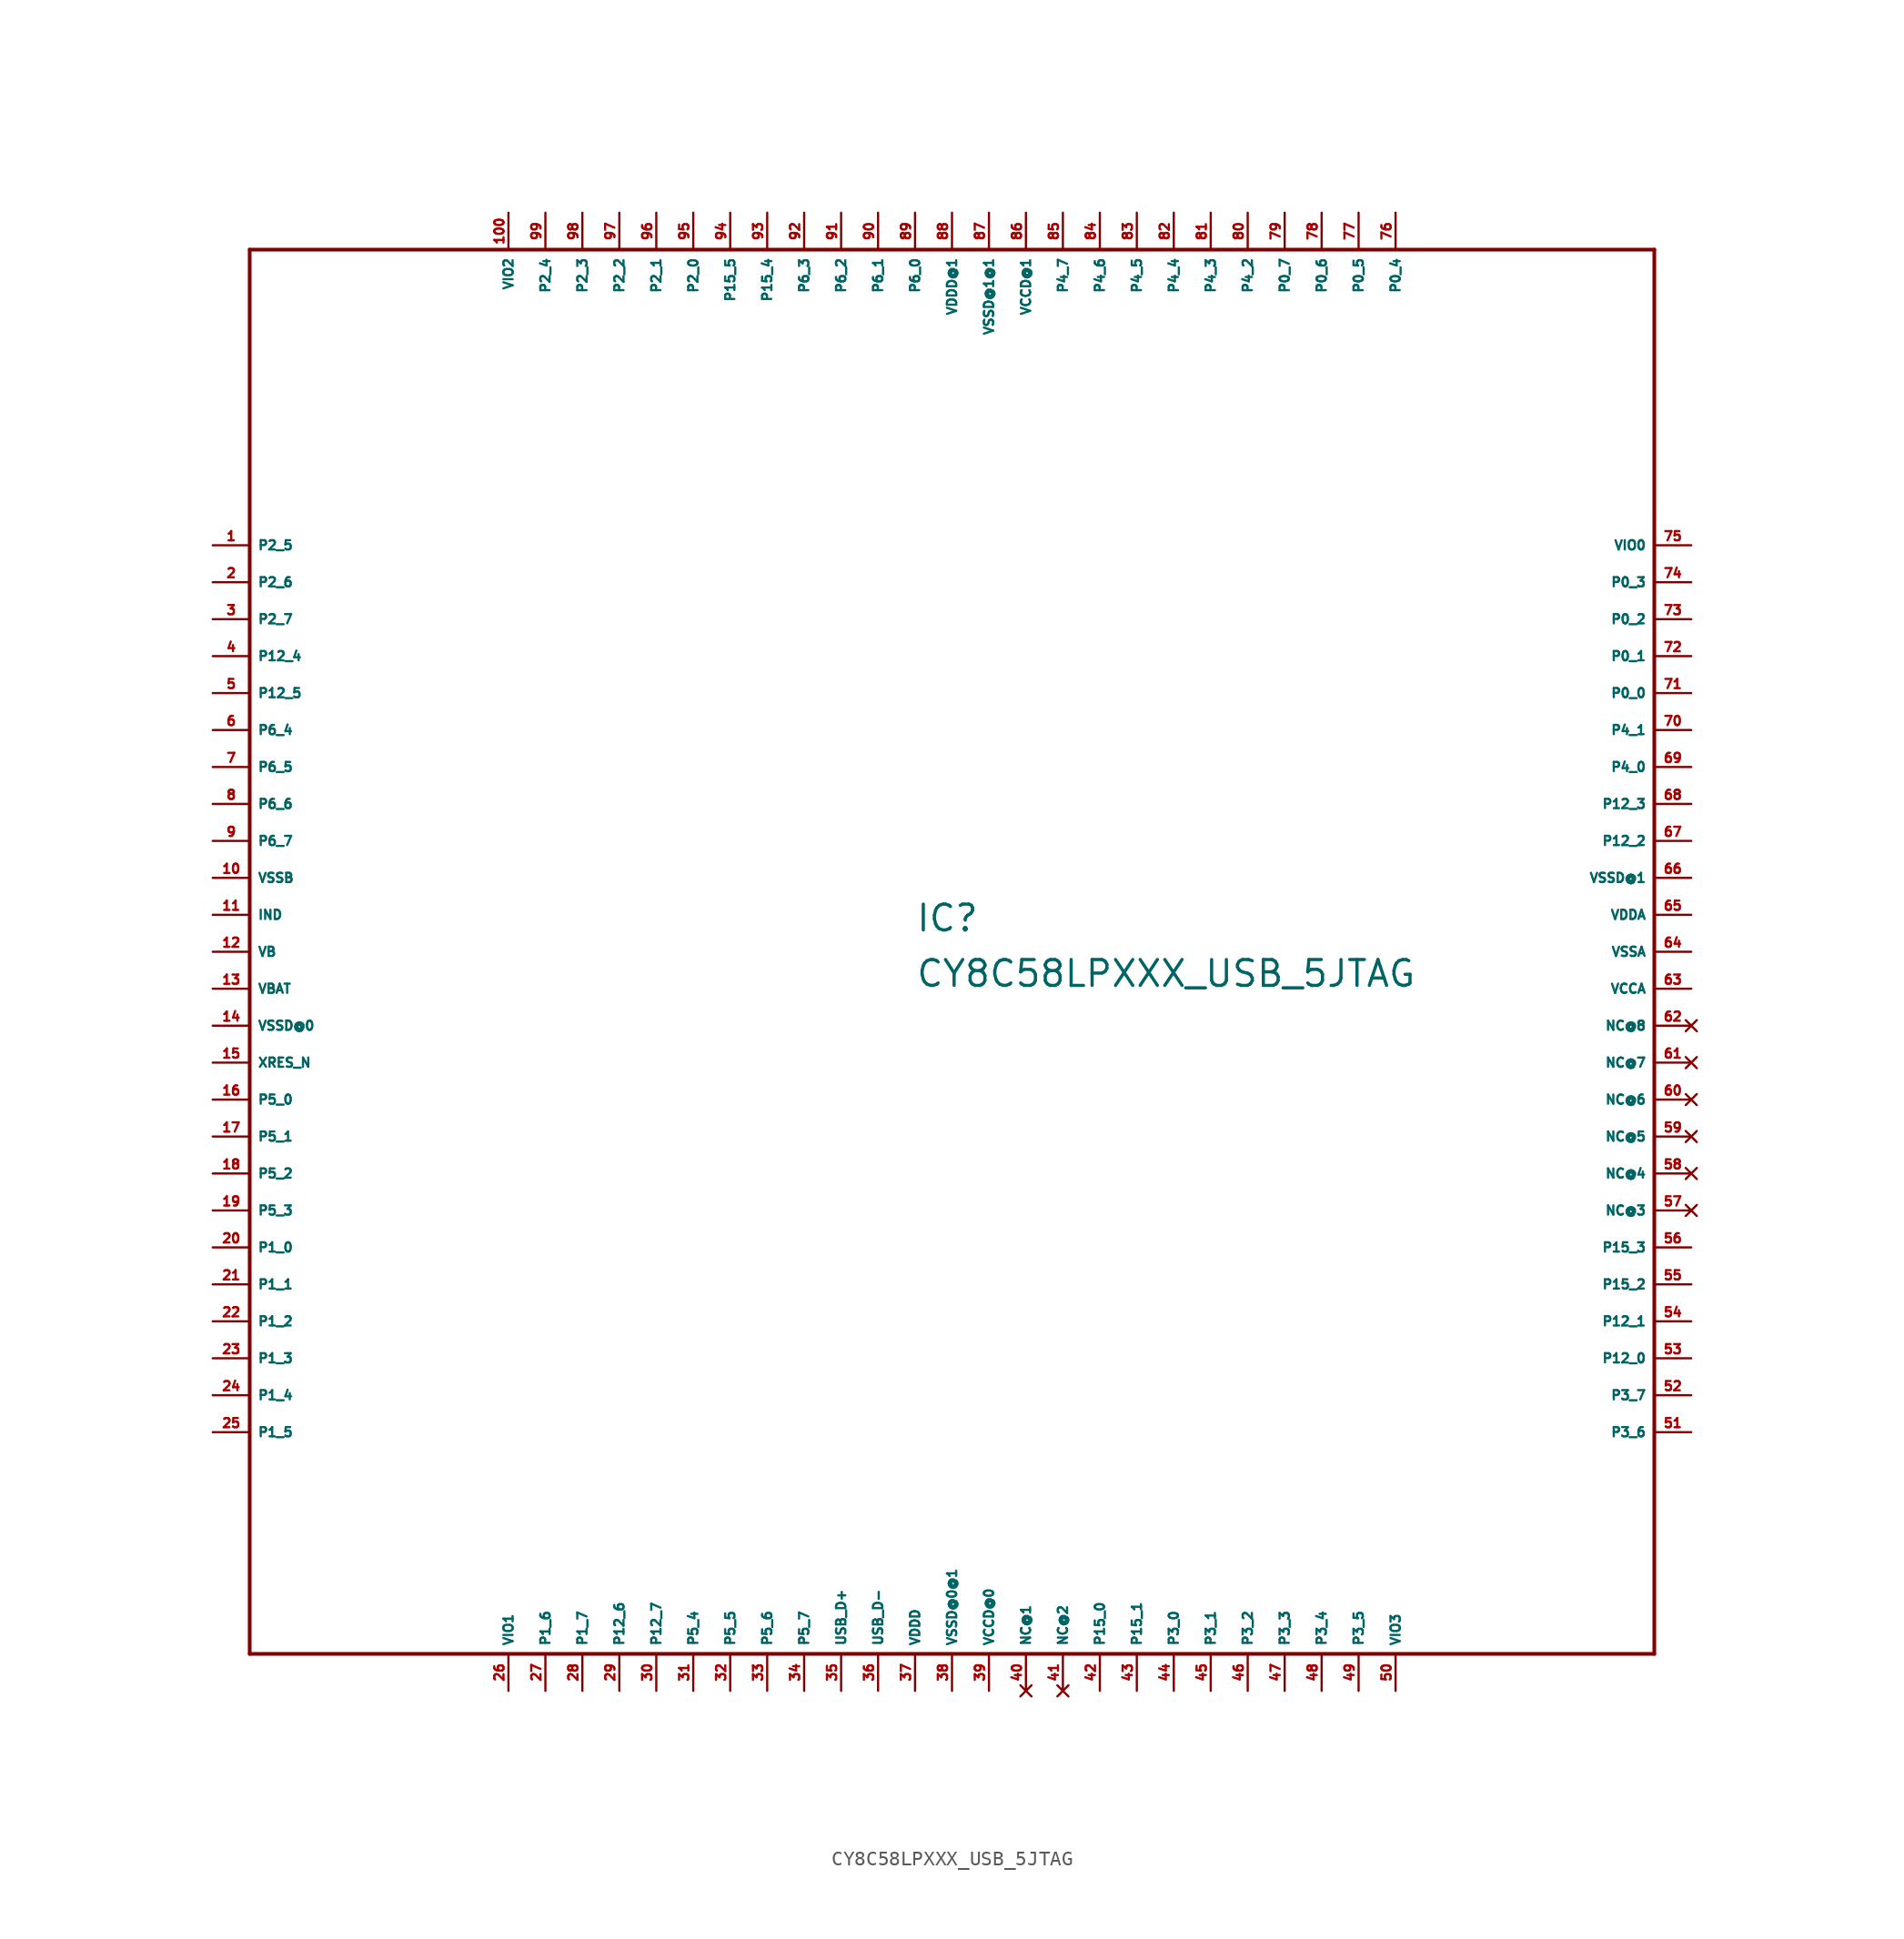
<source format=kicad_sym>
(kicad_symbol_lib
  (version 20220914)
  (generator Eagle2Kicad)
  (symbol "CY8C58LPXXX_USB_5JTAG"
    (property "Reference" "IC"
      (at -2.54 1.27 0)
      (effects (font (size 1.778 1.778) (thickness 0.22)) (justify left bottom)))
    (property "Value" "CY8C58LPXXX_USB_5JTAG"
      (at -2.54 -2.54 0)
      (effects (font (size 1.778 1.778) (thickness 0.22)) (justify left bottom)))
    (polyline
      (pts (xy -48.26 -48.26) (xy 48.26 -48.26))
      (stroke (width 0.254) (type default))
      (fill (type none)))
    (polyline
      (pts (xy 48.26 -48.26) (xy 48.26 48.26))
      (stroke (width 0.254) (type default))
      (fill (type none)))
    (polyline
      (pts (xy 48.26 48.26) (xy -48.26 48.26))
      (stroke (width 0.254) (type default))
      (fill (type none)))
    (polyline
      (pts (xy -48.26 48.26) (xy -48.26 -48.26))
      (stroke (width 0.254) (type default))
      (fill (type none)))
    (pin bidirectional line
      (at -50.8 27.94 0)
      (length 2.54)
      (name "P2_5" (effects (font (size 0.635 0.635) (thickness 0.08)) (justify left bottom)))
      (number "1" (effects (font (size 0.635 0.635) (thickness 0.08)) (justify left bottom))))
    (pin bidirectional line
      (at -50.8 25.4 0)
      (length 2.54)
      (name "P2_6" (effects (font (size 0.635 0.635) (thickness 0.08)) (justify left bottom)))
      (number "2" (effects (font (size 0.635 0.635) (thickness 0.08)) (justify left bottom))))
    (pin bidirectional line
      (at -50.8 22.86 0)
      (length 2.54)
      (name "P2_7" (effects (font (size 0.635 0.635) (thickness 0.08)) (justify left bottom)))
      (number "3" (effects (font (size 0.635 0.635) (thickness 0.08)) (justify left bottom))))
    (pin bidirectional line
      (at -50.8 20.32 0)
      (length 2.54)
      (name "P12_4" (effects (font (size 0.635 0.635) (thickness 0.08)) (justify left bottom)))
      (number "4" (effects (font (size 0.635 0.635) (thickness 0.08)) (justify left bottom))))
    (pin bidirectional line
      (at -50.8 17.78 0)
      (length 2.54)
      (name "P12_5" (effects (font (size 0.635 0.635) (thickness 0.08)) (justify left bottom)))
      (number "5" (effects (font (size 0.635 0.635) (thickness 0.08)) (justify left bottom))))
    (pin bidirectional line
      (at -50.8 15.24 0)
      (length 2.54)
      (name "P6_4" (effects (font (size 0.635 0.635) (thickness 0.08)) (justify left bottom)))
      (number "6" (effects (font (size 0.635 0.635) (thickness 0.08)) (justify left bottom))))
    (pin bidirectional line
      (at -50.8 12.7 0)
      (length 2.54)
      (name "P6_5" (effects (font (size 0.635 0.635) (thickness 0.08)) (justify left bottom)))
      (number "7" (effects (font (size 0.635 0.635) (thickness 0.08)) (justify left bottom))))
    (pin bidirectional line
      (at -50.8 10.16 0)
      (length 2.54)
      (name "P6_6" (effects (font (size 0.635 0.635) (thickness 0.08)) (justify left bottom)))
      (number "8" (effects (font (size 0.635 0.635) (thickness 0.08)) (justify left bottom))))
    (pin bidirectional line
      (at -50.8 7.62 0)
      (length 2.54)
      (name "P6_7" (effects (font (size 0.635 0.635) (thickness 0.08)) (justify left bottom)))
      (number "9" (effects (font (size 0.635 0.635) (thickness 0.08)) (justify left bottom))))
    (pin unspecified line
      (at -50.8 5.08 0)
      (length 2.54)
      (name "VSSB" (effects (font (size 0.635 0.635) (thickness 0.08)) (justify left bottom)))
      (number "10" (effects (font (size 0.635 0.635) (thickness 0.08)) (justify left bottom))))
    (pin passive line
      (at -50.8 2.54 0)
      (length 2.54)
      (name "IND" (effects (font (size 0.635 0.635) (thickness 0.08)) (justify left bottom)))
      (number "11" (effects (font (size 0.635 0.635) (thickness 0.08)) (justify left bottom))))
    (pin passive line
      (at -50.8 0 0)
      (length 2.54)
      (name "VB" (effects (font (size 0.635 0.635) (thickness 0.08)) (justify left bottom)))
      (number "12" (effects (font (size 0.635 0.635) (thickness 0.08)) (justify left bottom))))
    (pin passive line
      (at -50.8 -2.54 0)
      (length 2.54)
      (name "VBAT" (effects (font (size 0.635 0.635) (thickness 0.08)) (justify left bottom)))
      (number "13" (effects (font (size 0.635 0.635) (thickness 0.08)) (justify left bottom))))
    (pin unspecified line
      (at -50.8 -5.08 0)
      (length 2.54)
      (name "VSSD@0" (effects (font (size 0.635 0.635) (thickness 0.08)) (justify left bottom)))
      (number "14" (effects (font (size 0.635 0.635) (thickness 0.08)) (justify left bottom))))
    (pin input line
      (at -50.8 -7.62 0)
      (length 2.54)
      (name "XRES_N" (effects (font (size 0.635 0.635) (thickness 0.08)) (justify left bottom)))
      (number "15" (effects (font (size 0.635 0.635) (thickness 0.08)) (justify left bottom))))
    (pin bidirectional line
      (at -50.8 -10.16 0)
      (length 2.54)
      (name "P5_0" (effects (font (size 0.635 0.635) (thickness 0.08)) (justify left bottom)))
      (number "16" (effects (font (size 0.635 0.635) (thickness 0.08)) (justify left bottom))))
    (pin bidirectional line
      (at -50.8 -12.7 0)
      (length 2.54)
      (name "P5_1" (effects (font (size 0.635 0.635) (thickness 0.08)) (justify left bottom)))
      (number "17" (effects (font (size 0.635 0.635) (thickness 0.08)) (justify left bottom))))
    (pin bidirectional line
      (at -50.8 -15.24 0)
      (length 2.54)
      (name "P5_2" (effects (font (size 0.635 0.635) (thickness 0.08)) (justify left bottom)))
      (number "18" (effects (font (size 0.635 0.635) (thickness 0.08)) (justify left bottom))))
    (pin bidirectional line
      (at -50.8 -17.78 0)
      (length 2.54)
      (name "P5_3" (effects (font (size 0.635 0.635) (thickness 0.08)) (justify left bottom)))
      (number "19" (effects (font (size 0.635 0.635) (thickness 0.08)) (justify left bottom))))
    (pin input line
      (at -50.8 -20.32 0)
      (length 2.54)
      (name "P1_0" (effects (font (size 0.635 0.635) (thickness 0.08)) (justify left bottom)))
      (number "20" (effects (font (size 0.635 0.635) (thickness 0.08)) (justify left bottom))))
    (pin input line
      (at -50.8 -22.86 0)
      (length 2.54)
      (name "P1_1" (effects (font (size 0.635 0.635) (thickness 0.08)) (justify left bottom)))
      (number "21" (effects (font (size 0.635 0.635) (thickness 0.08)) (justify left bottom))))
    (pin bidirectional line
      (at -50.8 -25.4 0)
      (length 2.54)
      (name "P1_2" (effects (font (size 0.635 0.635) (thickness 0.08)) (justify left bottom)))
      (number "22" (effects (font (size 0.635 0.635) (thickness 0.08)) (justify left bottom))))
    (pin output line
      (at -50.8 -27.94 0)
      (length 2.54)
      (name "P1_3" (effects (font (size 0.635 0.635) (thickness 0.08)) (justify left bottom)))
      (number "23" (effects (font (size 0.635 0.635) (thickness 0.08)) (justify left bottom))))
    (pin input line
      (at -50.8 -30.48 0)
      (length 2.54)
      (name "P1_4" (effects (font (size 0.635 0.635) (thickness 0.08)) (justify left bottom)))
      (number "24" (effects (font (size 0.635 0.635) (thickness 0.08)) (justify left bottom))))
    (pin input line
      (at -50.8 -33.02 0)
      (length 2.54)
      (name "P1_5" (effects (font (size 0.635 0.635) (thickness 0.08)) (justify left bottom)))
      (number "25" (effects (font (size 0.635 0.635) (thickness 0.08)) (justify left bottom))))
    (pin passive line
      (at -30.48 -50.8 90)
      (length 2.54)
      (name "VIO1" (effects (font (size 0.635 0.635) (thickness 0.08)) (justify left bottom)))
      (number "26" (effects (font (size 0.635 0.635) (thickness 0.08)) (justify left bottom))))
    (pin bidirectional line
      (at -27.94 -50.8 90)
      (length 2.54)
      (name "P1_6" (effects (font (size 0.635 0.635) (thickness 0.08)) (justify left bottom)))
      (number "27" (effects (font (size 0.635 0.635) (thickness 0.08)) (justify left bottom))))
    (pin bidirectional line
      (at -25.4 -50.8 90)
      (length 2.54)
      (name "P1_7" (effects (font (size 0.635 0.635) (thickness 0.08)) (justify left bottom)))
      (number "28" (effects (font (size 0.635 0.635) (thickness 0.08)) (justify left bottom))))
    (pin bidirectional line
      (at -22.86 -50.8 90)
      (length 2.54)
      (name "P12_6" (effects (font (size 0.635 0.635) (thickness 0.08)) (justify left bottom)))
      (number "29" (effects (font (size 0.635 0.635) (thickness 0.08)) (justify left bottom))))
    (pin bidirectional line
      (at -20.32 -50.8 90)
      (length 2.54)
      (name "P12_7" (effects (font (size 0.635 0.635) (thickness 0.08)) (justify left bottom)))
      (number "30" (effects (font (size 0.635 0.635) (thickness 0.08)) (justify left bottom))))
    (pin bidirectional line
      (at -17.78 -50.8 90)
      (length 2.54)
      (name "P5_4" (effects (font (size 0.635 0.635) (thickness 0.08)) (justify left bottom)))
      (number "31" (effects (font (size 0.635 0.635) (thickness 0.08)) (justify left bottom))))
    (pin bidirectional line
      (at -15.24 -50.8 90)
      (length 2.54)
      (name "P5_5" (effects (font (size 0.635 0.635) (thickness 0.08)) (justify left bottom)))
      (number "32" (effects (font (size 0.635 0.635) (thickness 0.08)) (justify left bottom))))
    (pin bidirectional line
      (at -12.7 -50.8 90)
      (length 2.54)
      (name "P5_6" (effects (font (size 0.635 0.635) (thickness 0.08)) (justify left bottom)))
      (number "33" (effects (font (size 0.635 0.635) (thickness 0.08)) (justify left bottom))))
    (pin bidirectional line
      (at -10.16 -50.8 90)
      (length 2.54)
      (name "P5_7" (effects (font (size 0.635 0.635) (thickness 0.08)) (justify left bottom)))
      (number "34" (effects (font (size 0.635 0.635) (thickness 0.08)) (justify left bottom))))
    (pin unspecified line
      (at -2.54 -50.8 90)
      (length 2.54)
      (name "VDDD" (effects (font (size 0.635 0.635) (thickness 0.08)) (justify left bottom)))
      (number "37" (effects (font (size 0.635 0.635) (thickness 0.08)) (justify left bottom))))
    (pin unspecified line
      (at 0 -50.8 90)
      (length 2.54)
      (name "VSSD@0@1" (effects (font (size 0.635 0.635) (thickness 0.08)) (justify left bottom)))
      (number "38" (effects (font (size 0.635 0.635) (thickness 0.08)) (justify left bottom))))
    (pin unspecified line
      (at 2.54 -50.8 90)
      (length 2.54)
      (name "VCCD@0" (effects (font (size 0.635 0.635) (thickness 0.08)) (justify left bottom)))
      (number "39" (effects (font (size 0.635 0.635) (thickness 0.08)) (justify left bottom))))
    (pin bidirectional line
      (at 10.16 -50.8 90)
      (length 2.54)
      (name "P15_0" (effects (font (size 0.635 0.635) (thickness 0.08)) (justify left bottom)))
      (number "42" (effects (font (size 0.635 0.635) (thickness 0.08)) (justify left bottom))))
    (pin bidirectional line
      (at 12.7 -50.8 90)
      (length 2.54)
      (name "P15_1" (effects (font (size 0.635 0.635) (thickness 0.08)) (justify left bottom)))
      (number "43" (effects (font (size 0.635 0.635) (thickness 0.08)) (justify left bottom))))
    (pin bidirectional line
      (at 15.24 -50.8 90)
      (length 2.54)
      (name "P3_0" (effects (font (size 0.635 0.635) (thickness 0.08)) (justify left bottom)))
      (number "44" (effects (font (size 0.635 0.635) (thickness 0.08)) (justify left bottom))))
    (pin bidirectional line
      (at 17.78 -50.8 90)
      (length 2.54)
      (name "P3_1" (effects (font (size 0.635 0.635) (thickness 0.08)) (justify left bottom)))
      (number "45" (effects (font (size 0.635 0.635) (thickness 0.08)) (justify left bottom))))
    (pin bidirectional line
      (at 20.32 -50.8 90)
      (length 2.54)
      (name "P3_2" (effects (font (size 0.635 0.635) (thickness 0.08)) (justify left bottom)))
      (number "46" (effects (font (size 0.635 0.635) (thickness 0.08)) (justify left bottom))))
    (pin bidirectional line
      (at 22.86 -50.8 90)
      (length 2.54)
      (name "P3_3" (effects (font (size 0.635 0.635) (thickness 0.08)) (justify left bottom)))
      (number "47" (effects (font (size 0.635 0.635) (thickness 0.08)) (justify left bottom))))
    (pin bidirectional line
      (at 25.4 -50.8 90)
      (length 2.54)
      (name "P3_4" (effects (font (size 0.635 0.635) (thickness 0.08)) (justify left bottom)))
      (number "48" (effects (font (size 0.635 0.635) (thickness 0.08)) (justify left bottom))))
    (pin bidirectional line
      (at 27.94 -50.8 90)
      (length 2.54)
      (name "P3_5" (effects (font (size 0.635 0.635) (thickness 0.08)) (justify left bottom)))
      (number "49" (effects (font (size 0.635 0.635) (thickness 0.08)) (justify left bottom))))
    (pin passive line
      (at 30.48 -50.8 90)
      (length 2.54)
      (name "VIO3" (effects (font (size 0.635 0.635) (thickness 0.08)) (justify left bottom)))
      (number "50" (effects (font (size 0.635 0.635) (thickness 0.08)) (justify left bottom))))
    (pin bidirectional line
      (at 50.8 -33.02 180)
      (length 2.54)
      (name "P3_6" (effects (font (size 0.635 0.635) (thickness 0.08)) (justify left bottom)))
      (number "51" (effects (font (size 0.635 0.635) (thickness 0.08)) (justify left bottom))))
    (pin bidirectional line
      (at 50.8 -30.48 180)
      (length 2.54)
      (name "P3_7" (effects (font (size 0.635 0.635) (thickness 0.08)) (justify left bottom)))
      (number "52" (effects (font (size 0.635 0.635) (thickness 0.08)) (justify left bottom))))
    (pin bidirectional line
      (at 50.8 -27.94 180)
      (length 2.54)
      (name "P12_0" (effects (font (size 0.635 0.635) (thickness 0.08)) (justify left bottom)))
      (number "53" (effects (font (size 0.635 0.635) (thickness 0.08)) (justify left bottom))))
    (pin bidirectional line
      (at 50.8 -25.4 180)
      (length 2.54)
      (name "P12_1" (effects (font (size 0.635 0.635) (thickness 0.08)) (justify left bottom)))
      (number "54" (effects (font (size 0.635 0.635) (thickness 0.08)) (justify left bottom))))
    (pin bidirectional line
      (at 50.8 -22.86 180)
      (length 2.54)
      (name "P15_2" (effects (font (size 0.635 0.635) (thickness 0.08)) (justify left bottom)))
      (number "55" (effects (font (size 0.635 0.635) (thickness 0.08)) (justify left bottom))))
    (pin bidirectional line
      (at 50.8 -20.32 180)
      (length 2.54)
      (name "P15_3" (effects (font (size 0.635 0.635) (thickness 0.08)) (justify left bottom)))
      (number "56" (effects (font (size 0.635 0.635) (thickness 0.08)) (justify left bottom))))
    (pin unspecified line
      (at 50.8 -2.54 180)
      (length 2.54)
      (name "VCCA" (effects (font (size 0.635 0.635) (thickness 0.08)) (justify left bottom)))
      (number "63" (effects (font (size 0.635 0.635) (thickness 0.08)) (justify left bottom))))
    (pin unspecified line
      (at 50.8 0 180)
      (length 2.54)
      (name "VSSA" (effects (font (size 0.635 0.635) (thickness 0.08)) (justify left bottom)))
      (number "64" (effects (font (size 0.635 0.635) (thickness 0.08)) (justify left bottom))))
    (pin unspecified line
      (at 50.8 2.54 180)
      (length 2.54)
      (name "VDDA" (effects (font (size 0.635 0.635) (thickness 0.08)) (justify left bottom)))
      (number "65" (effects (font (size 0.635 0.635) (thickness 0.08)) (justify left bottom))))
    (pin unspecified line
      (at 50.8 5.08 180)
      (length 2.54)
      (name "VSSD@1" (effects (font (size 0.635 0.635) (thickness 0.08)) (justify left bottom)))
      (number "66" (effects (font (size 0.635 0.635) (thickness 0.08)) (justify left bottom))))
    (pin bidirectional line
      (at 50.8 7.62 180)
      (length 2.54)
      (name "P12_2" (effects (font (size 0.635 0.635) (thickness 0.08)) (justify left bottom)))
      (number "67" (effects (font (size 0.635 0.635) (thickness 0.08)) (justify left bottom))))
    (pin bidirectional line
      (at 50.8 10.16 180)
      (length 2.54)
      (name "P12_3" (effects (font (size 0.635 0.635) (thickness 0.08)) (justify left bottom)))
      (number "68" (effects (font (size 0.635 0.635) (thickness 0.08)) (justify left bottom))))
    (pin bidirectional line
      (at 50.8 12.7 180)
      (length 2.54)
      (name "P4_0" (effects (font (size 0.635 0.635) (thickness 0.08)) (justify left bottom)))
      (number "69" (effects (font (size 0.635 0.635) (thickness 0.08)) (justify left bottom))))
    (pin bidirectional line
      (at 50.8 15.24 180)
      (length 2.54)
      (name "P4_1" (effects (font (size 0.635 0.635) (thickness 0.08)) (justify left bottom)))
      (number "70" (effects (font (size 0.635 0.635) (thickness 0.08)) (justify left bottom))))
    (pin bidirectional line
      (at 50.8 17.78 180)
      (length 2.54)
      (name "P0_0" (effects (font (size 0.635 0.635) (thickness 0.08)) (justify left bottom)))
      (number "71" (effects (font (size 0.635 0.635) (thickness 0.08)) (justify left bottom))))
    (pin bidirectional line
      (at 50.8 20.32 180)
      (length 2.54)
      (name "P0_1" (effects (font (size 0.635 0.635) (thickness 0.08)) (justify left bottom)))
      (number "72" (effects (font (size 0.635 0.635) (thickness 0.08)) (justify left bottom))))
    (pin bidirectional line
      (at 50.8 22.86 180)
      (length 2.54)
      (name "P0_2" (effects (font (size 0.635 0.635) (thickness 0.08)) (justify left bottom)))
      (number "73" (effects (font (size 0.635 0.635) (thickness 0.08)) (justify left bottom))))
    (pin bidirectional line
      (at 50.8 25.4 180)
      (length 2.54)
      (name "P0_3" (effects (font (size 0.635 0.635) (thickness 0.08)) (justify left bottom)))
      (number "74" (effects (font (size 0.635 0.635) (thickness 0.08)) (justify left bottom))))
    (pin passive line
      (at 50.8 27.94 180)
      (length 2.54)
      (name "VIO0" (effects (font (size 0.635 0.635) (thickness 0.08)) (justify left bottom)))
      (number "75" (effects (font (size 0.635 0.635) (thickness 0.08)) (justify left bottom))))
    (pin bidirectional line
      (at 30.48 50.8 270)
      (length 2.54)
      (name "P0_4" (effects (font (size 0.635 0.635) (thickness 0.08)) (justify left bottom)))
      (number "76" (effects (font (size 0.635 0.635) (thickness 0.08)) (justify left bottom))))
    (pin bidirectional line
      (at 27.94 50.8 270)
      (length 2.54)
      (name "P0_5" (effects (font (size 0.635 0.635) (thickness 0.08)) (justify left bottom)))
      (number "77" (effects (font (size 0.635 0.635) (thickness 0.08)) (justify left bottom))))
    (pin bidirectional line
      (at 25.4 50.8 270)
      (length 2.54)
      (name "P0_6" (effects (font (size 0.635 0.635) (thickness 0.08)) (justify left bottom)))
      (number "78" (effects (font (size 0.635 0.635) (thickness 0.08)) (justify left bottom))))
    (pin bidirectional line
      (at 22.86 50.8 270)
      (length 2.54)
      (name "P0_7" (effects (font (size 0.635 0.635) (thickness 0.08)) (justify left bottom)))
      (number "79" (effects (font (size 0.635 0.635) (thickness 0.08)) (justify left bottom))))
    (pin bidirectional line
      (at 20.32 50.8 270)
      (length 2.54)
      (name "P4_2" (effects (font (size 0.635 0.635) (thickness 0.08)) (justify left bottom)))
      (number "80" (effects (font (size 0.635 0.635) (thickness 0.08)) (justify left bottom))))
    (pin bidirectional line
      (at 17.78 50.8 270)
      (length 2.54)
      (name "P4_3" (effects (font (size 0.635 0.635) (thickness 0.08)) (justify left bottom)))
      (number "81" (effects (font (size 0.635 0.635) (thickness 0.08)) (justify left bottom))))
    (pin bidirectional line
      (at 15.24 50.8 270)
      (length 2.54)
      (name "P4_4" (effects (font (size 0.635 0.635) (thickness 0.08)) (justify left bottom)))
      (number "82" (effects (font (size 0.635 0.635) (thickness 0.08)) (justify left bottom))))
    (pin bidirectional line
      (at 12.7 50.8 270)
      (length 2.54)
      (name "P4_5" (effects (font (size 0.635 0.635) (thickness 0.08)) (justify left bottom)))
      (number "83" (effects (font (size 0.635 0.635) (thickness 0.08)) (justify left bottom))))
    (pin bidirectional line
      (at 10.16 50.8 270)
      (length 2.54)
      (name "P4_6" (effects (font (size 0.635 0.635) (thickness 0.08)) (justify left bottom)))
      (number "84" (effects (font (size 0.635 0.635) (thickness 0.08)) (justify left bottom))))
    (pin bidirectional line
      (at 7.62 50.8 270)
      (length 2.54)
      (name "P4_7" (effects (font (size 0.635 0.635) (thickness 0.08)) (justify left bottom)))
      (number "85" (effects (font (size 0.635 0.635) (thickness 0.08)) (justify left bottom))))
    (pin unspecified line
      (at 5.08 50.8 270)
      (length 2.54)
      (name "VCCD@1" (effects (font (size 0.635 0.635) (thickness 0.08)) (justify left bottom)))
      (number "86" (effects (font (size 0.635 0.635) (thickness 0.08)) (justify left bottom))))
    (pin unspecified line
      (at 2.54 50.8 270)
      (length 2.54)
      (name "VSSD@1@1" (effects (font (size 0.635 0.635) (thickness 0.08)) (justify left bottom)))
      (number "87" (effects (font (size 0.635 0.635) (thickness 0.08)) (justify left bottom))))
    (pin unspecified line
      (at 0 50.8 270)
      (length 2.54)
      (name "VDDD@1" (effects (font (size 0.635 0.635) (thickness 0.08)) (justify left bottom)))
      (number "88" (effects (font (size 0.635 0.635) (thickness 0.08)) (justify left bottom))))
    (pin bidirectional line
      (at -2.54 50.8 270)
      (length 2.54)
      (name "P6_0" (effects (font (size 0.635 0.635) (thickness 0.08)) (justify left bottom)))
      (number "89" (effects (font (size 0.635 0.635) (thickness 0.08)) (justify left bottom))))
    (pin bidirectional line
      (at -5.08 50.8 270)
      (length 2.54)
      (name "P6_1" (effects (font (size 0.635 0.635) (thickness 0.08)) (justify left bottom)))
      (number "90" (effects (font (size 0.635 0.635) (thickness 0.08)) (justify left bottom))))
    (pin bidirectional line
      (at -7.62 50.8 270)
      (length 2.54)
      (name "P6_2" (effects (font (size 0.635 0.635) (thickness 0.08)) (justify left bottom)))
      (number "91" (effects (font (size 0.635 0.635) (thickness 0.08)) (justify left bottom))))
    (pin bidirectional line
      (at -10.16 50.8 270)
      (length 2.54)
      (name "P6_3" (effects (font (size 0.635 0.635) (thickness 0.08)) (justify left bottom)))
      (number "92" (effects (font (size 0.635 0.635) (thickness 0.08)) (justify left bottom))))
    (pin bidirectional line
      (at -12.7 50.8 270)
      (length 2.54)
      (name "P15_4" (effects (font (size 0.635 0.635) (thickness 0.08)) (justify left bottom)))
      (number "93" (effects (font (size 0.635 0.635) (thickness 0.08)) (justify left bottom))))
    (pin bidirectional line
      (at -15.24 50.8 270)
      (length 2.54)
      (name "P15_5" (effects (font (size 0.635 0.635) (thickness 0.08)) (justify left bottom)))
      (number "94" (effects (font (size 0.635 0.635) (thickness 0.08)) (justify left bottom))))
    (pin bidirectional line
      (at -17.78 50.8 270)
      (length 2.54)
      (name "P2_0" (effects (font (size 0.635 0.635) (thickness 0.08)) (justify left bottom)))
      (number "95" (effects (font (size 0.635 0.635) (thickness 0.08)) (justify left bottom))))
    (pin bidirectional line
      (at -20.32 50.8 270)
      (length 2.54)
      (name "P2_1" (effects (font (size 0.635 0.635) (thickness 0.08)) (justify left bottom)))
      (number "96" (effects (font (size 0.635 0.635) (thickness 0.08)) (justify left bottom))))
    (pin bidirectional line
      (at -22.86 50.8 270)
      (length 2.54)
      (name "P2_2" (effects (font (size 0.635 0.635) (thickness 0.08)) (justify left bottom)))
      (number "97" (effects (font (size 0.635 0.635) (thickness 0.08)) (justify left bottom))))
    (pin bidirectional line
      (at -25.4 50.8 270)
      (length 2.54)
      (name "P2_3" (effects (font (size 0.635 0.635) (thickness 0.08)) (justify left bottom)))
      (number "98" (effects (font (size 0.635 0.635) (thickness 0.08)) (justify left bottom))))
    (pin bidirectional line
      (at -27.94 50.8 270)
      (length 2.54)
      (name "P2_4" (effects (font (size 0.635 0.635) (thickness 0.08)) (justify left bottom)))
      (number "99" (effects (font (size 0.635 0.635) (thickness 0.08)) (justify left bottom))))
    (pin passive line
      (at -30.48 50.8 270)
      (length 2.54)
      (name "VIO2" (effects (font (size 0.635 0.635) (thickness 0.08)) (justify left bottom)))
      (number "100" (effects (font (size 0.635 0.635) (thickness 0.08)) (justify left bottom))))
    (pin no_connect line
      (at 5.08 -50.8 90)
      (length 2.54)
      (name "NC@1" (effects (font (size 0.635 0.635) (thickness 0.08)) (justify left bottom) hide))
      (number "40" (effects (font (size 0.635 0.635) (thickness 0.08)) (justify left bottom) hide)))
    (pin no_connect line
      (at 7.62 -50.8 90)
      (length 2.54)
      (name "NC@2" (effects (font (size 0.635 0.635) (thickness 0.08)) (justify left bottom) hide))
      (number "41" (effects (font (size 0.635 0.635) (thickness 0.08)) (justify left bottom) hide)))
    (pin no_connect line
      (at 50.8 -17.78 180)
      (length 2.54)
      (name "NC@3" (effects (font (size 0.635 0.635) (thickness 0.08)) (justify left bottom) hide))
      (number "57" (effects (font (size 0.635 0.635) (thickness 0.08)) (justify left bottom) hide)))
    (pin no_connect line
      (at 50.8 -15.24 180)
      (length 2.54)
      (name "NC@4" (effects (font (size 0.635 0.635) (thickness 0.08)) (justify left bottom) hide))
      (number "58" (effects (font (size 0.635 0.635) (thickness 0.08)) (justify left bottom) hide)))
    (pin no_connect line
      (at 50.8 -12.7 180)
      (length 2.54)
      (name "NC@5" (effects (font (size 0.635 0.635) (thickness 0.08)) (justify left bottom) hide))
      (number "59" (effects (font (size 0.635 0.635) (thickness 0.08)) (justify left bottom) hide)))
    (pin no_connect line
      (at 50.8 -10.16 180)
      (length 2.54)
      (name "NC@6" (effects (font (size 0.635 0.635) (thickness 0.08)) (justify left bottom) hide))
      (number "60" (effects (font (size 0.635 0.635) (thickness 0.08)) (justify left bottom) hide)))
    (pin no_connect line
      (at 50.8 -7.62 180)
      (length 2.54)
      (name "NC@7" (effects (font (size 0.635 0.635) (thickness 0.08)) (justify left bottom) hide))
      (number "61" (effects (font (size 0.635 0.635) (thickness 0.08)) (justify left bottom) hide)))
    (pin no_connect line
      (at 50.8 -5.08 180)
      (length 2.54)
      (name "NC@8" (effects (font (size 0.635 0.635) (thickness 0.08)) (justify left bottom) hide))
      (number "62" (effects (font (size 0.635 0.635) (thickness 0.08)) (justify left bottom) hide)))
    (pin tri_state line
      (at -7.62 -50.8 90)
      (length 2.54)
      (name "USB_D+" (effects (font (size 0.635 0.635) (thickness 0.08)) (justify left bottom)))
      (number "35" (effects (font (size 0.635 0.635) (thickness 0.08)) (justify left bottom))))
    (pin tri_state line
      (at -5.08 -50.8 90)
      (length 2.54)
      (name "USB_D-" (effects (font (size 0.635 0.635) (thickness 0.08)) (justify left bottom)))
      (number "36" (effects (font (size 0.635 0.635) (thickness 0.08)) (justify left bottom))))))
</source>
